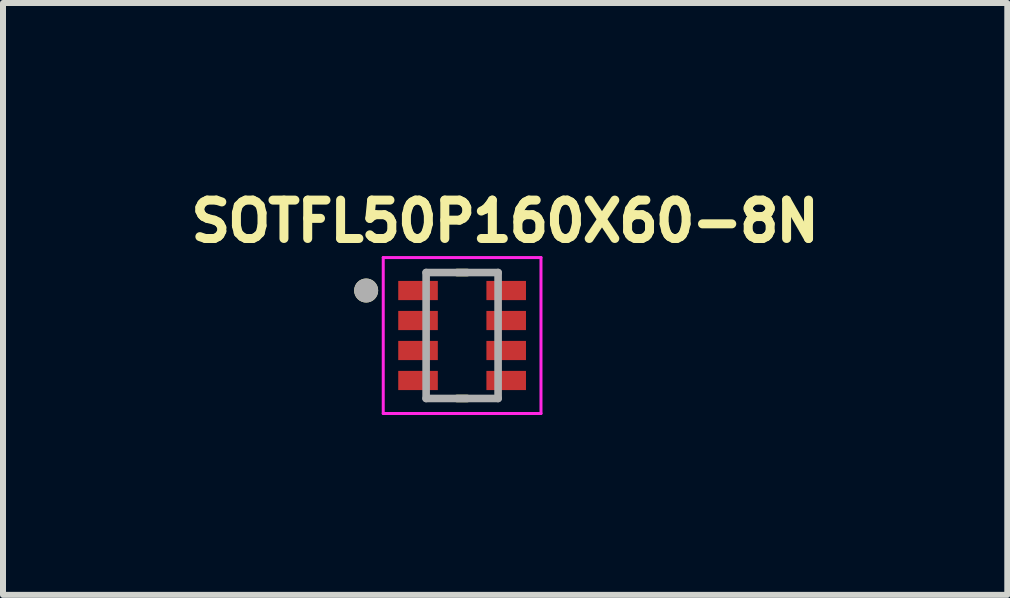
<source format=kicad_pcb>
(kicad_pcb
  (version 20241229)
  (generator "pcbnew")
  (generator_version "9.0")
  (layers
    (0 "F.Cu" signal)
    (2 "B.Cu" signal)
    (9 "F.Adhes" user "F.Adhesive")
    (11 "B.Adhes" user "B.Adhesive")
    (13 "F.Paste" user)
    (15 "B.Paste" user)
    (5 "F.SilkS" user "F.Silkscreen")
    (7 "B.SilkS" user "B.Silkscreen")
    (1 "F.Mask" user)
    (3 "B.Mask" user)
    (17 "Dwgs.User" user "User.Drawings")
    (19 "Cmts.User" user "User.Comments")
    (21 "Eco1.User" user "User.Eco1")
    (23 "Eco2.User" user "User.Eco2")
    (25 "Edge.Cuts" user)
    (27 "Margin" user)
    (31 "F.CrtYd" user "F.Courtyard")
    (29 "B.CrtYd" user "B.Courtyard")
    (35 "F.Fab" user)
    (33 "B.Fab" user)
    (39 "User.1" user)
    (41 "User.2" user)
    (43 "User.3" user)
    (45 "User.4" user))
  (footprint "SOTFL50P160X60-8N"
    (layer "F.Cu")
    (at 4.655 2.544)
    (property "Reference" "SOTFL50P160X60-8N" (at 0.717 -1.906 0) (layer "F.SilkS") (effects (font (size 0.64 0.64) (thickness 0.15))))
    (attr smd)
    (fp_poly (pts (xy -1.115 -0.96) (xy -0.355 -0.96) (xy -0.355 -0.54) (xy -1.115 -0.54)) (stroke (width 0.01) (type solid)) (fill yes) (layer "F.Mask"))
    (fp_poly (pts (xy -1.115 -0.46) (xy -0.355 -0.46) (xy -0.355 -0.04) (xy -1.115 -0.04)) (stroke (width 0.01) (type solid)) (fill yes) (layer "F.Mask"))
    (fp_poly (pts (xy -1.115 0.04) (xy -0.355 0.04) (xy -0.355 0.46) (xy -1.115 0.46)) (stroke (width 0.01) (type solid)) (fill yes) (layer "F.Mask"))
    (fp_poly (pts (xy -1.115 0.54) (xy -0.355 0.54) (xy -0.355 0.96) (xy -1.115 0.96)) (stroke (width 0.01) (type solid)) (fill yes) (layer "F.Mask"))
    (fp_poly (pts (xy 0.355 -0.96) (xy 1.115 -0.96) (xy 1.115 -0.54) (xy 0.355 -0.54)) (stroke (width 0.01) (type solid)) (fill yes) (layer "F.Mask"))
    (fp_poly (pts (xy 0.355 -0.46) (xy 1.115 -0.46) (xy 1.115 -0.04) (xy 0.355 -0.04)) (stroke (width 0.01) (type solid)) (fill yes) (layer "F.Mask"))
    (fp_poly (pts (xy 0.355 0.04) (xy 1.115 0.04) (xy 1.115 0.46) (xy 0.355 0.46)) (stroke (width 0.01) (type solid)) (fill yes) (layer "F.Mask"))
    (fp_poly (pts (xy 0.355 0.54) (xy 1.115 0.54) (xy 1.115 0.96) (xy 0.355 0.96)) (stroke (width 0.01) (type solid)) (fill yes) (layer "F.Mask"))
    (fp_line (start -0.085 -1.05) (end 0.085 -1.05) (stroke (width 0.127) (type solid)) (layer "F.SilkS"))
    (fp_line (start 0.085 1.05) (end -0.085 1.05) (stroke (width 0.127) (type solid)) (layer "F.SilkS"))
    (fp_circle (center -1.6 -0.75) (end -1.5 -0.75) (stroke (width 0.2) (type solid)) (fill no) (layer "F.SilkS"))
    (fp_line (start -1.315 -1.3) (end 1.315 -1.3) (stroke (width 0.05) (type solid)) (layer "F.CrtYd"))
    (fp_line (start -1.315 1.3) (end -1.315 -1.3) (stroke (width 0.05) (type solid)) (layer "F.CrtYd"))
    (fp_line (start 1.315 -1.3) (end 1.315 1.3) (stroke (width 0.05) (type solid)) (layer "F.CrtYd"))
    (fp_line (start 1.315 1.3) (end -1.315 1.3) (stroke (width 0.05) (type solid)) (layer "F.CrtYd"))
    (fp_line (start -0.6 -1.05) (end 0.6 -1.05) (stroke (width 0.127) (type solid)) (layer "F.Fab"))
    (fp_line (start -0.6 1.05) (end -0.6 -1.05) (stroke (width 0.127) (type solid)) (layer "F.Fab"))
    (fp_line (start 0.6 -1.05) (end 0.6 1.05) (stroke (width 0.127) (type solid)) (layer "F.Fab"))
    (fp_line (start 0.6 1.05) (end -0.6 1.05) (stroke (width 0.127) (type solid)) (layer "F.Fab"))
    (fp_circle (center -1.6 -0.75) (end -1.5 -0.75) (stroke (width 0.2) (type solid)) (fill no) (layer "F.Fab"))
    (pad "1" smd rect (at -0.735 -0.75) (size 0.66 0.32) (layers "F.Cu" "F.Paste"))
    (pad "2" smd rect (at -0.735 -0.25) (size 0.66 0.32) (layers "F.Cu" "F.Paste"))
    (pad "3" smd rect (at -0.735 0.25) (size 0.66 0.32) (layers "F.Cu" "F.Paste"))
    (pad "4" smd rect (at -0.735 0.75) (size 0.66 0.32) (layers "F.Cu" "F.Paste"))
    (pad "5" smd rect (at 0.735 0.75) (size 0.66 0.32) (layers "F.Cu" "F.Paste"))
    (pad "6" smd rect (at 0.735 0.25) (size 0.66 0.32) (layers "F.Cu" "F.Paste"))
    (pad "7" smd rect (at 0.735 -0.25) (size 0.66 0.32) (layers "F.Cu" "F.Paste"))
    (pad "8" smd rect (at 0.735 -0.75) (size 0.66 0.32) (layers "F.Cu" "F.Paste")))
  (gr_rect
    (start -3 -3)
    (end 13.745 6.869)
    (stroke (width 0.1) (type default))
    (fill no)
    (layer "Edge.Cuts")))
</source>
